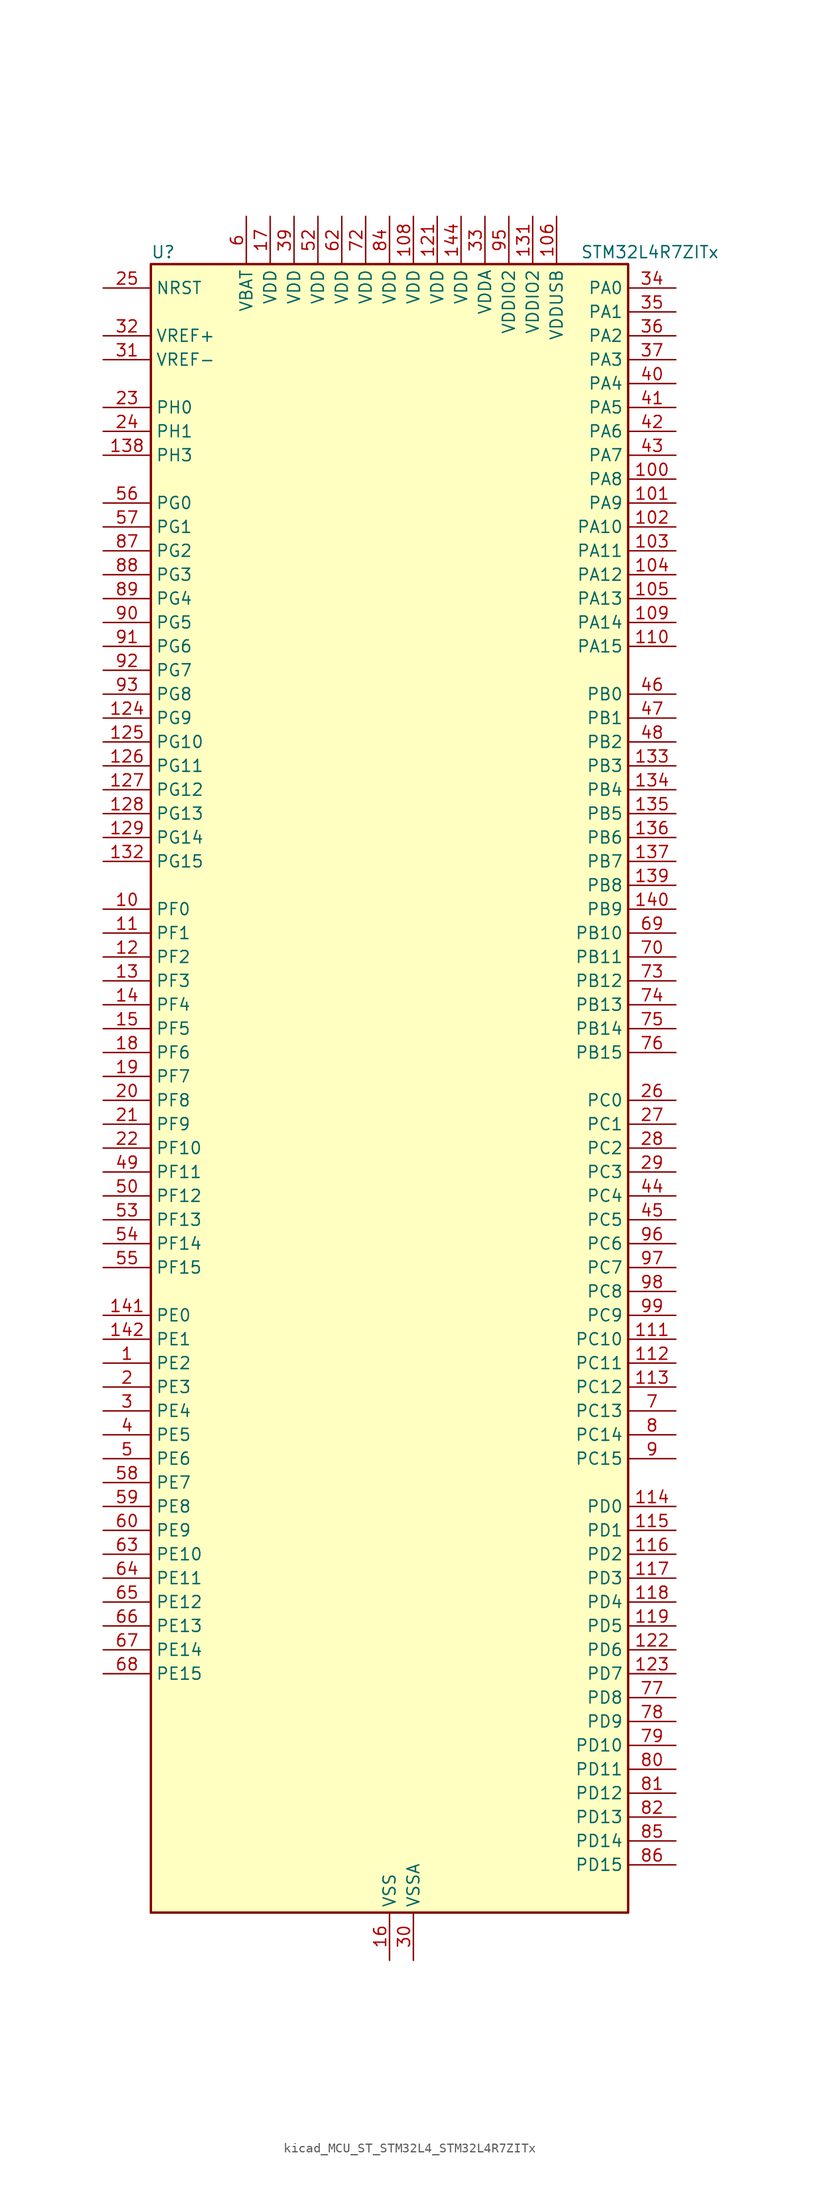
<source format=kicad_sym>
(kicad_symbol_lib
  (version 20220914)
  (generator kicad_symbol_editor)
  (symbol "kicad_MCU_ST_STM32L4_STM32L4R7ZITx"
    (property "Reference" "U"
      (at -25.4 90.17 0)
      (effects (font (size 1.27 1.27)) (justify left)))
    (property "Value" "STM32L4R7ZITx"
      (at 20.32 90.17 0)
      (effects (font (size 1.27 1.27)) (justify left)))
    (property "ki_locked" ""
      (at 0 0 0)
      (effects (font (size 1.27 1.27))))
    (symbol "kicad_MCU_ST_STM32L4_STM32L4R7ZITx_0_1"
      (rectangle (start -25.4 -86.36) (end 25.4 88.9) (stroke (width 0.254) (type default)) (fill (type background))))
    (symbol "kicad_MCU_ST_STM32L4_STM32L4R7ZITx_1_1"
      (pin bidirectional line (at -30.48 -27.94 0) (length 5.08) (name "PE2" (effects (font (size 1.27 1.27)))) (number "1" (effects (font (size 1.27 1.27)))) (alternate "FMC_A23" bidirectional line) (alternate "LTDC_R0" bidirectional line) (alternate "SAI1_CK1" bidirectional line) (alternate "SAI1_MCLK_A" bidirectional line) (alternate "SYS_TRACECLK" bidirectional line) (alternate "TIM3_ETR" bidirectional line) (alternate "TSC_G7_IO1" bidirectional line))
      (pin bidirectional line (at -30.48 20.32 0) (length 5.08) (name "PF0" (effects (font (size 1.27 1.27)))) (number "10" (effects (font (size 1.27 1.27)))) (alternate "FMC_A0" bidirectional line) (alternate "I2C2_SDA" bidirectional line) (alternate "OCTOSPIM_P2_IO0" bidirectional line))
      (pin bidirectional line (at 30.48 66.04 180) (length 5.08) (name "PA8" (effects (font (size 1.27 1.27)))) (number "100" (effects (font (size 1.27 1.27)))) (alternate "LPTIM2_OUT" bidirectional line) (alternate "RCC_MCO" bidirectional line) (alternate "SAI1_CK2" bidirectional line) (alternate "SAI1_SCK_A" bidirectional line) (alternate "TIM1_CH1" bidirectional line) (alternate "USART1_CK" bidirectional line) (alternate "USB_OTG_FS_SOF" bidirectional line))
      (pin bidirectional line (at 30.48 63.5 180) (length 5.08) (name "PA9" (effects (font (size 1.27 1.27)))) (number "101" (effects (font (size 1.27 1.27)))) (alternate "DAC1_EXTI9" bidirectional line) (alternate "DCMI_D0" bidirectional line) (alternate "SAI1_FS_A" bidirectional line) (alternate "SPI2_SCK" bidirectional line) (alternate "TIM15_BKIN" bidirectional line) (alternate "TIM1_CH2" bidirectional line) (alternate "USART1_TX" bidirectional line) (alternate "USB_OTG_FS_VBUS" bidirectional line))
      (pin bidirectional line (at 30.48 60.96 180) (length 5.08) (name "PA10" (effects (font (size 1.27 1.27)))) (number "102" (effects (font (size 1.27 1.27)))) (alternate "DCMI_D1" bidirectional line) (alternate "SAI1_D1" bidirectional line) (alternate "SAI1_SD_A" bidirectional line) (alternate "TIM17_BKIN" bidirectional line) (alternate "TIM1_CH3" bidirectional line) (alternate "USART1_RX" bidirectional line) (alternate "USB_OTG_FS_ID" bidirectional line))
      (pin bidirectional line (at 30.48 58.42 180) (length 5.08) (name "PA11" (effects (font (size 1.27 1.27)))) (number "103" (effects (font (size 1.27 1.27)))) (alternate "ADC1_EXTI11" bidirectional line) (alternate "CAN1_RX" bidirectional line) (alternate "SPI1_MISO" bidirectional line) (alternate "TIM1_BKIN2" bidirectional line) (alternate "TIM1_CH4" bidirectional line) (alternate "USART1_CTS" bidirectional line) (alternate "USART1_NSS" bidirectional line) (alternate "USB_OTG_FS_DM" bidirectional line))
      (pin bidirectional line (at 30.48 55.88 180) (length 5.08) (name "PA12" (effects (font (size 1.27 1.27)))) (number "104" (effects (font (size 1.27 1.27)))) (alternate "CAN1_TX" bidirectional line) (alternate "SPI1_MOSI" bidirectional line) (alternate "TIM1_ETR" bidirectional line) (alternate "USART1_DE" bidirectional line) (alternate "USART1_RTS" bidirectional line) (alternate "USB_OTG_FS_DP" bidirectional line))
      (pin bidirectional line (at 30.48 53.34 180) (length 5.08) (name "PA13" (effects (font (size 1.27 1.27)))) (number "105" (effects (font (size 1.27 1.27)))) (alternate "IR_OUT" bidirectional line) (alternate "SAI1_SD_B" bidirectional line) (alternate "SYS_JTMS-SWDIO" bidirectional line) (alternate "USB_OTG_FS_NOE" bidirectional line))
      (pin power_in line (at 17.78 93.98 270) (length 5.08) (name "VDDUSB" (effects (font (size 1.27 1.27)))) (number "106" (effects (font (size 1.27 1.27)))))
      (pin passive line (at 0 -91.44 90) (length 5.08) hide (name "VSS" (effects (font (size 1.27 1.27)))) (number "107" (effects (font (size 1.27 1.27)))))
      (pin power_in line (at 2.54 93.98 270) (length 5.08) (name "VDD" (effects (font (size 1.27 1.27)))) (number "108" (effects (font (size 1.27 1.27)))))
      (pin bidirectional line (at 30.48 50.8 180) (length 5.08) (name "PA14" (effects (font (size 1.27 1.27)))) (number "109" (effects (font (size 1.27 1.27)))) (alternate "I2C1_SMBA" bidirectional line) (alternate "I2C4_SMBA" bidirectional line) (alternate "LPTIM1_OUT" bidirectional line) (alternate "SAI1_FS_B" bidirectional line) (alternate "SYS_JTCK-SWCLK" bidirectional line) (alternate "USB_OTG_FS_SOF" bidirectional line))
      (pin bidirectional line (at -30.48 17.78 0) (length 5.08) (name "PF1" (effects (font (size 1.27 1.27)))) (number "11" (effects (font (size 1.27 1.27)))) (alternate "FMC_A1" bidirectional line) (alternate "I2C2_SCL" bidirectional line) (alternate "OCTOSPIM_P2_IO1" bidirectional line))
      (pin bidirectional line (at 30.48 48.26 180) (length 5.08) (name "PA15" (effects (font (size 1.27 1.27)))) (number "110" (effects (font (size 1.27 1.27)))) (alternate "ADC1_EXTI15" bidirectional line) (alternate "SAI2_FS_B" bidirectional line) (alternate "SPI1_NSS" bidirectional line) (alternate "SPI3_NSS" bidirectional line) (alternate "SYS_JTDI" bidirectional line) (alternate "TIM2_CH1" bidirectional line) (alternate "TIM2_ETR" bidirectional line) (alternate "TSC_G3_IO1" bidirectional line) (alternate "UART4_DE" bidirectional line) (alternate "UART4_RTS" bidirectional line) (alternate "USART2_RX" bidirectional line) (alternate "USART3_DE" bidirectional line) (alternate "USART3_RTS" bidirectional line))
      (pin bidirectional line (at 30.48 -25.4 180) (length 5.08) (name "PC10" (effects (font (size 1.27 1.27)))) (number "111" (effects (font (size 1.27 1.27)))) (alternate "DCMI_D8" bidirectional line) (alternate "SAI2_SCK_B" bidirectional line) (alternate "SDMMC1_D2" bidirectional line) (alternate "SPI3_SCK" bidirectional line) (alternate "SYS_TRACED1" bidirectional line) (alternate "TSC_G3_IO2" bidirectional line) (alternate "UART4_TX" bidirectional line) (alternate "USART3_TX" bidirectional line))
      (pin bidirectional line (at 30.48 -27.94 180) (length 5.08) (name "PC11" (effects (font (size 1.27 1.27)))) (number "112" (effects (font (size 1.27 1.27)))) (alternate "ADC1_EXTI11" bidirectional line) (alternate "DCMI_D2" bidirectional line) (alternate "DCMI_D4" bidirectional line) (alternate "OCTOSPIM_P1_NCS" bidirectional line) (alternate "SAI2_MCLK_B" bidirectional line) (alternate "SDMMC1_D3" bidirectional line) (alternate "SPI3_MISO" bidirectional line) (alternate "TSC_G3_IO3" bidirectional line) (alternate "UART4_RX" bidirectional line) (alternate "USART3_RX" bidirectional line))
      (pin bidirectional line (at 30.48 -30.48 180) (length 5.08) (name "PC12" (effects (font (size 1.27 1.27)))) (number "113" (effects (font (size 1.27 1.27)))) (alternate "DCMI_D9" bidirectional line) (alternate "SAI2_SD_B" bidirectional line) (alternate "SDMMC1_CK" bidirectional line) (alternate "SPI3_MOSI" bidirectional line) (alternate "SYS_TRACED3" bidirectional line) (alternate "TSC_G3_IO4" bidirectional line) (alternate "UART5_TX" bidirectional line) (alternate "USART3_CK" bidirectional line))
      (pin bidirectional line (at 30.48 -43.18 180) (length 5.08) (name "PD0" (effects (font (size 1.27 1.27)))) (number "114" (effects (font (size 1.27 1.27)))) (alternate "CAN1_RX" bidirectional line) (alternate "DFSDM1_DATIN7" bidirectional line) (alternate "FMC_D2" bidirectional line) (alternate "FMC_DA2" bidirectional line) (alternate "LTDC_B4" bidirectional line) (alternate "SPI2_NSS" bidirectional line))
      (pin bidirectional line (at 30.48 -45.72 180) (length 5.08) (name "PD1" (effects (font (size 1.27 1.27)))) (number "115" (effects (font (size 1.27 1.27)))) (alternate "CAN1_TX" bidirectional line) (alternate "DFSDM1_CKIN7" bidirectional line) (alternate "FMC_D3" bidirectional line) (alternate "FMC_DA3" bidirectional line) (alternate "LTDC_B5" bidirectional line) (alternate "SPI2_SCK" bidirectional line))
      (pin bidirectional line (at 30.48 -48.26 180) (length 5.08) (name "PD2" (effects (font (size 1.27 1.27)))) (number "116" (effects (font (size 1.27 1.27)))) (alternate "DCMI_D11" bidirectional line) (alternate "SDMMC1_CMD" bidirectional line) (alternate "SYS_TRACED2" bidirectional line) (alternate "TIM3_ETR" bidirectional line) (alternate "TSC_SYNC" bidirectional line) (alternate "UART5_RX" bidirectional line) (alternate "USART3_DE" bidirectional line) (alternate "USART3_RTS" bidirectional line))
      (pin bidirectional line (at 30.48 -50.8 180) (length 5.08) (name "PD3" (effects (font (size 1.27 1.27)))) (number "117" (effects (font (size 1.27 1.27)))) (alternate "DCMI_D5" bidirectional line) (alternate "DFSDM1_DATIN0" bidirectional line) (alternate "FMC_CLK" bidirectional line) (alternate "LTDC_CLK" bidirectional line) (alternate "OCTOSPIM_P2_NCS" bidirectional line) (alternate "SPI2_MISO" bidirectional line) (alternate "SPI2_SCK" bidirectional line) (alternate "USART2_CTS" bidirectional line) (alternate "USART2_NSS" bidirectional line))
      (pin bidirectional line (at 30.48 -53.34 180) (length 5.08) (name "PD4" (effects (font (size 1.27 1.27)))) (number "118" (effects (font (size 1.27 1.27)))) (alternate "DFSDM1_CKIN0" bidirectional line) (alternate "FMC_NOE" bidirectional line) (alternate "OCTOSPIM_P1_IO4" bidirectional line) (alternate "SPI2_MOSI" bidirectional line) (alternate "USART2_DE" bidirectional line) (alternate "USART2_RTS" bidirectional line))
      (pin bidirectional line (at 30.48 -55.88 180) (length 5.08) (name "PD5" (effects (font (size 1.27 1.27)))) (number "119" (effects (font (size 1.27 1.27)))) (alternate "FMC_NWE" bidirectional line) (alternate "OCTOSPIM_P1_IO5" bidirectional line) (alternate "USART2_TX" bidirectional line))
      (pin bidirectional line (at -30.48 15.24 0) (length 5.08) (name "PF2" (effects (font (size 1.27 1.27)))) (number "12" (effects (font (size 1.27 1.27)))) (alternate "FMC_A2" bidirectional line) (alternate "I2C2_SMBA" bidirectional line) (alternate "OCTOSPIM_P2_IO2" bidirectional line))
      (pin passive line (at 0 -91.44 90) (length 5.08) hide (name "VSS" (effects (font (size 1.27 1.27)))) (number "120" (effects (font (size 1.27 1.27)))))
      (pin power_in line (at 5.08 93.98 270) (length 5.08) (name "VDD" (effects (font (size 1.27 1.27)))) (number "121" (effects (font (size 1.27 1.27)))))
      (pin bidirectional line (at 30.48 -58.42 180) (length 5.08) (name "PD6" (effects (font (size 1.27 1.27)))) (number "122" (effects (font (size 1.27 1.27)))) (alternate "DCMI_D10" bidirectional line) (alternate "DFSDM1_DATIN1" bidirectional line) (alternate "FMC_NWAIT" bidirectional line) (alternate "LTDC_DE" bidirectional line) (alternate "OCTOSPIM_P1_IO6" bidirectional line) (alternate "SAI1_D1" bidirectional line) (alternate "SAI1_SD_A" bidirectional line) (alternate "SPI3_MOSI" bidirectional line) (alternate "USART2_RX" bidirectional line))
      (pin bidirectional line (at 30.48 -60.96 180) (length 5.08) (name "PD7" (effects (font (size 1.27 1.27)))) (number "123" (effects (font (size 1.27 1.27)))) (alternate "DFSDM1_CKIN1" bidirectional line) (alternate "FMC_NCE" bidirectional line) (alternate "FMC_NE1" bidirectional line) (alternate "OCTOSPIM_P1_IO7" bidirectional line) (alternate "USART2_CK" bidirectional line))
      (pin bidirectional line (at -30.48 40.64 0) (length 5.08) (name "PG9" (effects (font (size 1.27 1.27)))) (number "124" (effects (font (size 1.27 1.27)))) (alternate "DAC1_EXTI9" bidirectional line) (alternate "FMC_NCE" bidirectional line) (alternate "FMC_NE2" bidirectional line) (alternate "OCTOSPIM_P2_IO6" bidirectional line) (alternate "SAI2_SCK_A" bidirectional line) (alternate "SPI3_SCK" bidirectional line) (alternate "TIM15_CH1N" bidirectional line) (alternate "USART1_TX" bidirectional line))
      (pin bidirectional line (at -30.48 38.1 0) (length 5.08) (name "PG10" (effects (font (size 1.27 1.27)))) (number "125" (effects (font (size 1.27 1.27)))) (alternate "FMC_NE3" bidirectional line) (alternate "LPTIM1_IN1" bidirectional line) (alternate "OCTOSPIM_P2_IO7" bidirectional line) (alternate "SAI2_FS_A" bidirectional line) (alternate "SPI3_MISO" bidirectional line) (alternate "TIM15_CH1" bidirectional line) (alternate "USART1_RX" bidirectional line))
      (pin bidirectional line (at -30.48 35.56 0) (length 5.08) (name "PG11" (effects (font (size 1.27 1.27)))) (number "126" (effects (font (size 1.27 1.27)))) (alternate "ADC1_EXTI11" bidirectional line) (alternate "LPTIM1_IN2" bidirectional line) (alternate "OCTOSPIM_P1_IO5" bidirectional line) (alternate "SAI2_MCLK_A" bidirectional line) (alternate "SPI3_MOSI" bidirectional line) (alternate "TIM15_CH2" bidirectional line) (alternate "USART1_CTS" bidirectional line) (alternate "USART1_NSS" bidirectional line))
      (pin bidirectional line (at -30.48 33.02 0) (length 5.08) (name "PG12" (effects (font (size 1.27 1.27)))) (number "127" (effects (font (size 1.27 1.27)))) (alternate "FMC_NE4" bidirectional line) (alternate "LPTIM1_ETR" bidirectional line) (alternate "OCTOSPIM_P2_NCS" bidirectional line) (alternate "SAI2_SD_A" bidirectional line) (alternate "SPI3_NSS" bidirectional line) (alternate "USART1_DE" bidirectional line) (alternate "USART1_RTS" bidirectional line))
      (pin bidirectional line (at -30.48 30.48 0) (length 5.08) (name "PG13" (effects (font (size 1.27 1.27)))) (number "128" (effects (font (size 1.27 1.27)))) (alternate "FMC_A24" bidirectional line) (alternate "I2C1_SDA" bidirectional line) (alternate "LTDC_R0" bidirectional line) (alternate "USART1_CK" bidirectional line))
      (pin bidirectional line (at -30.48 27.94 0) (length 5.08) (name "PG14" (effects (font (size 1.27 1.27)))) (number "129" (effects (font (size 1.27 1.27)))) (alternate "FMC_A25" bidirectional line) (alternate "I2C1_SCL" bidirectional line) (alternate "LTDC_R1" bidirectional line))
      (pin bidirectional line (at -30.48 12.7 0) (length 5.08) (name "PF3" (effects (font (size 1.27 1.27)))) (number "13" (effects (font (size 1.27 1.27)))) (alternate "FMC_A3" bidirectional line) (alternate "OCTOSPIM_P2_IO3" bidirectional line))
      (pin passive line (at 0 -91.44 90) (length 5.08) hide (name "VSS" (effects (font (size 1.27 1.27)))) (number "130" (effects (font (size 1.27 1.27)))))
      (pin power_in line (at 15.24 93.98 270) (length 5.08) (name "VDDIO2" (effects (font (size 1.27 1.27)))) (number "131" (effects (font (size 1.27 1.27)))))
      (pin bidirectional line (at -30.48 25.4 0) (length 5.08) (name "PG15" (effects (font (size 1.27 1.27)))) (number "132" (effects (font (size 1.27 1.27)))) (alternate "ADC1_EXTI15" bidirectional line) (alternate "DCMI_D13" bidirectional line) (alternate "I2C1_SMBA" bidirectional line) (alternate "LPTIM1_OUT" bidirectional line) (alternate "OCTOSPIM_P2_DQS" bidirectional line))
      (pin bidirectional line (at 30.48 35.56 180) (length 5.08) (name "PB3" (effects (font (size 1.27 1.27)))) (number "133" (effects (font (size 1.27 1.27)))) (alternate "COMP2_INM" bidirectional line) (alternate "CRS_SYNC" bidirectional line) (alternate "SAI1_SCK_B" bidirectional line) (alternate "SPI1_SCK" bidirectional line) (alternate "SPI3_SCK" bidirectional line) (alternate "SYS_JTDO-SWO" bidirectional line) (alternate "TIM2_CH2" bidirectional line) (alternate "USART1_DE" bidirectional line) (alternate "USART1_RTS" bidirectional line))
      (pin bidirectional line (at 30.48 33.02 180) (length 5.08) (name "PB4" (effects (font (size 1.27 1.27)))) (number "134" (effects (font (size 1.27 1.27)))) (alternate "COMP2_INP" bidirectional line) (alternate "DCMI_D12" bidirectional line) (alternate "I2C3_SDA" bidirectional line) (alternate "SAI1_MCLK_B" bidirectional line) (alternate "SPI1_MISO" bidirectional line) (alternate "SPI3_MISO" bidirectional line) (alternate "SYS_JTRST" bidirectional line) (alternate "TIM17_BKIN" bidirectional line) (alternate "TIM3_CH1" bidirectional line) (alternate "TSC_G2_IO1" bidirectional line) (alternate "UART5_DE" bidirectional line) (alternate "UART5_RTS" bidirectional line) (alternate "USART1_CTS" bidirectional line) (alternate "USART1_NSS" bidirectional line))
      (pin bidirectional line (at 30.48 30.48 180) (length 5.08) (name "PB5" (effects (font (size 1.27 1.27)))) (number "135" (effects (font (size 1.27 1.27)))) (alternate "COMP2_OUT" bidirectional line) (alternate "DCMI_D10" bidirectional line) (alternate "I2C1_SMBA" bidirectional line) (alternate "LPTIM1_IN1" bidirectional line) (alternate "SAI1_SD_B" bidirectional line) (alternate "SPI1_MOSI" bidirectional line) (alternate "SPI3_MOSI" bidirectional line) (alternate "TIM16_BKIN" bidirectional line) (alternate "TIM3_CH2" bidirectional line) (alternate "TSC_G2_IO2" bidirectional line) (alternate "UART5_CTS" bidirectional line) (alternate "USART1_CK" bidirectional line))
      (pin bidirectional line (at 30.48 27.94 180) (length 5.08) (name "PB6" (effects (font (size 1.27 1.27)))) (number "136" (effects (font (size 1.27 1.27)))) (alternate "COMP2_INP" bidirectional line) (alternate "DCMI_D5" bidirectional line) (alternate "DFSDM1_DATIN5" bidirectional line) (alternate "I2C1_SCL" bidirectional line) (alternate "I2C4_SCL" bidirectional line) (alternate "LPTIM1_ETR" bidirectional line) (alternate "SAI1_FS_B" bidirectional line) (alternate "TIM16_CH1N" bidirectional line) (alternate "TIM4_CH1" bidirectional line) (alternate "TIM8_BKIN2" bidirectional line) (alternate "TSC_G2_IO3" bidirectional line) (alternate "USART1_TX" bidirectional line))
      (pin bidirectional line (at 30.48 25.4 180) (length 5.08) (name "PB7" (effects (font (size 1.27 1.27)))) (number "137" (effects (font (size 1.27 1.27)))) (alternate "COMP2_INM" bidirectional line) (alternate "DCMI_VSYNC" bidirectional line) (alternate "DFSDM1_CKIN5" bidirectional line) (alternate "FMC_NL" bidirectional line) (alternate "I2C1_SDA" bidirectional line) (alternate "I2C4_SDA" bidirectional line) (alternate "LPTIM1_IN2" bidirectional line) (alternate "SYS_PVD_IN" bidirectional line) (alternate "TIM17_CH1N" bidirectional line) (alternate "TIM4_CH2" bidirectional line) (alternate "TIM8_BKIN" bidirectional line) (alternate "TSC_G2_IO4" bidirectional line) (alternate "UART4_CTS" bidirectional line) (alternate "USART1_RX" bidirectional line))
      (pin bidirectional line (at -30.48 68.58 0) (length 5.08) (name "PH3" (effects (font (size 1.27 1.27)))) (number "138" (effects (font (size 1.27 1.27)))))
      (pin bidirectional line (at 30.48 22.86 180) (length 5.08) (name "PB8" (effects (font (size 1.27 1.27)))) (number "139" (effects (font (size 1.27 1.27)))) (alternate "CAN1_RX" bidirectional line) (alternate "DCMI_D6" bidirectional line) (alternate "DFSDM1_CKOUT" bidirectional line) (alternate "DFSDM1_DATIN6" bidirectional line) (alternate "I2C1_SCL" bidirectional line) (alternate "LTDC_B1" bidirectional line) (alternate "SAI1_CK1" bidirectional line) (alternate "SAI1_MCLK_A" bidirectional line) (alternate "SDMMC1_CKIN" bidirectional line) (alternate "SDMMC1_D4" bidirectional line) (alternate "TIM16_CH1" bidirectional line) (alternate "TIM4_CH3" bidirectional line))
      (pin bidirectional line (at -30.48 10.16 0) (length 5.08) (name "PF4" (effects (font (size 1.27 1.27)))) (number "14" (effects (font (size 1.27 1.27)))) (alternate "FMC_A4" bidirectional line) (alternate "OCTOSPIM_P2_CLK" bidirectional line))
      (pin bidirectional line (at 30.48 20.32 180) (length 5.08) (name "PB9" (effects (font (size 1.27 1.27)))) (number "140" (effects (font (size 1.27 1.27)))) (alternate "CAN1_TX" bidirectional line) (alternate "DAC1_EXTI9" bidirectional line) (alternate "DCMI_D7" bidirectional line) (alternate "DFSDM1_CKIN6" bidirectional line) (alternate "I2C1_SDA" bidirectional line) (alternate "IR_OUT" bidirectional line) (alternate "SAI1_D2" bidirectional line) (alternate "SAI1_FS_A" bidirectional line) (alternate "SDMMC1_CDIR" bidirectional line) (alternate "SDMMC1_D5" bidirectional line) (alternate "SPI2_NSS" bidirectional line) (alternate "TIM17_CH1" bidirectional line) (alternate "TIM4_CH4" bidirectional line))
      (pin bidirectional line (at -30.48 -22.86 0) (length 5.08) (name "PE0" (effects (font (size 1.27 1.27)))) (number "141" (effects (font (size 1.27 1.27)))) (alternate "DCMI_D2" bidirectional line) (alternate "FMC_NBL0" bidirectional line) (alternate "LTDC_HSYNC" bidirectional line) (alternate "TIM16_CH1" bidirectional line) (alternate "TIM4_ETR" bidirectional line))
      (pin bidirectional line (at -30.48 -25.4 0) (length 5.08) (name "PE1" (effects (font (size 1.27 1.27)))) (number "142" (effects (font (size 1.27 1.27)))) (alternate "DCMI_D3" bidirectional line) (alternate "FMC_NBL1" bidirectional line) (alternate "LTDC_VSYNC" bidirectional line) (alternate "TIM17_CH1" bidirectional line))
      (pin passive line (at 0 -91.44 90) (length 5.08) hide (name "VSS" (effects (font (size 1.27 1.27)))) (number "143" (effects (font (size 1.27 1.27)))))
      (pin power_in line (at 7.62 93.98 270) (length 5.08) (name "VDD" (effects (font (size 1.27 1.27)))) (number "144" (effects (font (size 1.27 1.27)))))
      (pin bidirectional line (at -30.48 7.62 0) (length 5.08) (name "PF5" (effects (font (size 1.27 1.27)))) (number "15" (effects (font (size 1.27 1.27)))) (alternate "FMC_A5" bidirectional line))
      (pin power_in line (at 0 -91.44 90) (length 5.08) (name "VSS" (effects (font (size 1.27 1.27)))) (number "16" (effects (font (size 1.27 1.27)))))
      (pin power_in line (at -12.7 93.98 270) (length 5.08) (name "VDD" (effects (font (size 1.27 1.27)))) (number "17" (effects (font (size 1.27 1.27)))))
      (pin bidirectional line (at -30.48 5.08 0) (length 5.08) (name "PF6" (effects (font (size 1.27 1.27)))) (number "18" (effects (font (size 1.27 1.27)))) (alternate "OCTOSPIM_P1_IO3" bidirectional line) (alternate "SAI1_SD_B" bidirectional line) (alternate "TIM5_CH1" bidirectional line) (alternate "TIM5_ETR" bidirectional line))
      (pin bidirectional line (at -30.48 2.54 0) (length 5.08) (name "PF7" (effects (font (size 1.27 1.27)))) (number "19" (effects (font (size 1.27 1.27)))) (alternate "OCTOSPIM_P1_IO2" bidirectional line) (alternate "SAI1_MCLK_B" bidirectional line) (alternate "TIM5_CH2" bidirectional line))
      (pin bidirectional line (at -30.48 -30.48 0) (length 5.08) (name "PE3" (effects (font (size 1.27 1.27)))) (number "2" (effects (font (size 1.27 1.27)))) (alternate "FMC_A19" bidirectional line) (alternate "LTDC_R1" bidirectional line) (alternate "OCTOSPIM_P1_DQS" bidirectional line) (alternate "SAI1_SD_B" bidirectional line) (alternate "SYS_TRACED0" bidirectional line) (alternate "TIM3_CH1" bidirectional line) (alternate "TSC_G7_IO2" bidirectional line))
      (pin bidirectional line (at -30.48 0 0) (length 5.08) (name "PF8" (effects (font (size 1.27 1.27)))) (number "20" (effects (font (size 1.27 1.27)))) (alternate "OCTOSPIM_P1_IO0" bidirectional line) (alternate "SAI1_SCK_B" bidirectional line) (alternate "TIM5_CH3" bidirectional line))
      (pin bidirectional line (at -30.48 -2.54 0) (length 5.08) (name "PF9" (effects (font (size 1.27 1.27)))) (number "21" (effects (font (size 1.27 1.27)))) (alternate "DAC1_EXTI9" bidirectional line) (alternate "OCTOSPIM_P1_IO1" bidirectional line) (alternate "SAI1_FS_B" bidirectional line) (alternate "TIM15_CH1" bidirectional line) (alternate "TIM5_CH4" bidirectional line))
      (pin bidirectional line (at -30.48 -5.08 0) (length 5.08) (name "PF10" (effects (font (size 1.27 1.27)))) (number "22" (effects (font (size 1.27 1.27)))) (alternate "DCMI_D11" bidirectional line) (alternate "DFSDM1_CKOUT" bidirectional line) (alternate "OCTOSPIM_P1_CLK" bidirectional line) (alternate "SAI1_D3" bidirectional line) (alternate "TIM15_CH2" bidirectional line))
      (pin bidirectional line (at -30.48 73.66 0) (length 5.08) (name "PH0" (effects (font (size 1.27 1.27)))) (number "23" (effects (font (size 1.27 1.27)))) (alternate "RCC_OSC_IN" bidirectional line))
      (pin bidirectional line (at -30.48 71.12 0) (length 5.08) (name "PH1" (effects (font (size 1.27 1.27)))) (number "24" (effects (font (size 1.27 1.27)))) (alternate "RCC_OSC_OUT" bidirectional line))
      (pin input line (at -30.48 86.36 0) (length 5.08) (name "NRST" (effects (font (size 1.27 1.27)))) (number "25" (effects (font (size 1.27 1.27)))))
      (pin bidirectional line (at 30.48 0 180) (length 5.08) (name "PC0" (effects (font (size 1.27 1.27)))) (number "26" (effects (font (size 1.27 1.27)))) (alternate "ADC1_IN1" bidirectional line) (alternate "DFSDM1_DATIN4" bidirectional line) (alternate "I2C3_SCL" bidirectional line) (alternate "LPTIM1_IN1" bidirectional line) (alternate "LPTIM2_IN1" bidirectional line) (alternate "LPUART1_RX" bidirectional line) (alternate "SAI2_FS_A" bidirectional line))
      (pin bidirectional line (at 30.48 -2.54 180) (length 5.08) (name "PC1" (effects (font (size 1.27 1.27)))) (number "27" (effects (font (size 1.27 1.27)))) (alternate "ADC1_IN2" bidirectional line) (alternate "DFSDM1_CKIN4" bidirectional line) (alternate "I2C3_SDA" bidirectional line) (alternate "LPTIM1_OUT" bidirectional line) (alternate "LPUART1_TX" bidirectional line) (alternate "OCTOSPIM_P1_IO4" bidirectional line) (alternate "SAI1_SD_A" bidirectional line) (alternate "SPI2_MOSI" bidirectional line) (alternate "SYS_TRACED0" bidirectional line))
      (pin bidirectional line (at 30.48 -5.08 180) (length 5.08) (name "PC2" (effects (font (size 1.27 1.27)))) (number "28" (effects (font (size 1.27 1.27)))) (alternate "ADC1_IN3" bidirectional line) (alternate "DFSDM1_CKOUT" bidirectional line) (alternate "LPTIM1_IN2" bidirectional line) (alternate "OCTOSPIM_P1_IO5" bidirectional line) (alternate "SPI2_MISO" bidirectional line))
      (pin bidirectional line (at 30.48 -7.62 180) (length 5.08) (name "PC3" (effects (font (size 1.27 1.27)))) (number "29" (effects (font (size 1.27 1.27)))) (alternate "ADC1_IN4" bidirectional line) (alternate "LPTIM1_ETR" bidirectional line) (alternate "LPTIM2_ETR" bidirectional line) (alternate "OCTOSPIM_P1_IO6" bidirectional line) (alternate "SAI1_D1" bidirectional line) (alternate "SAI1_SD_A" bidirectional line) (alternate "SPI2_MOSI" bidirectional line))
      (pin bidirectional line (at -30.48 -33.02 0) (length 5.08) (name "PE4" (effects (font (size 1.27 1.27)))) (number "3" (effects (font (size 1.27 1.27)))) (alternate "DCMI_D4" bidirectional line) (alternate "DFSDM1_DATIN3" bidirectional line) (alternate "FMC_A20" bidirectional line) (alternate "LTDC_B0" bidirectional line) (alternate "SAI1_D2" bidirectional line) (alternate "SAI1_FS_A" bidirectional line) (alternate "SYS_TRACED1" bidirectional line) (alternate "TIM3_CH2" bidirectional line) (alternate "TSC_G7_IO3" bidirectional line))
      (pin power_in line (at 2.54 -91.44 90) (length 5.08) (name "VSSA" (effects (font (size 1.27 1.27)))) (number "30" (effects (font (size 1.27 1.27)))))
      (pin input line (at -30.48 78.74 0) (length 5.08) (name "VREF-" (effects (font (size 1.27 1.27)))) (number "31" (effects (font (size 1.27 1.27)))))
      (pin input line (at -30.48 81.28 0) (length 5.08) (name "VREF+" (effects (font (size 1.27 1.27)))) (number "32" (effects (font (size 1.27 1.27)))) (alternate "VREFBUF_OUT" bidirectional line))
      (pin power_in line (at 10.16 93.98 270) (length 5.08) (name "VDDA" (effects (font (size 1.27 1.27)))) (number "33" (effects (font (size 1.27 1.27)))))
      (pin bidirectional line (at 30.48 86.36 180) (length 5.08) (name "PA0" (effects (font (size 1.27 1.27)))) (number "34" (effects (font (size 1.27 1.27)))) (alternate "ADC1_IN5" bidirectional line) (alternate "OPAMP1_VINP" bidirectional line) (alternate "RTC_TAMP2" bidirectional line) (alternate "SAI1_EXTCLK" bidirectional line) (alternate "SYS_WKUP1" bidirectional line) (alternate "TIM2_CH1" bidirectional line) (alternate "TIM2_ETR" bidirectional line) (alternate "TIM5_CH1" bidirectional line) (alternate "TIM8_ETR" bidirectional line) (alternate "UART4_TX" bidirectional line) (alternate "USART2_CTS" bidirectional line) (alternate "USART2_NSS" bidirectional line))
      (pin bidirectional line (at 30.48 83.82 180) (length 5.08) (name "PA1" (effects (font (size 1.27 1.27)))) (number "35" (effects (font (size 1.27 1.27)))) (alternate "ADC1_IN6" bidirectional line) (alternate "I2C1_SMBA" bidirectional line) (alternate "OCTOSPIM_P1_DQS" bidirectional line) (alternate "OPAMP1_VINM" bidirectional line) (alternate "SPI1_SCK" bidirectional line) (alternate "TIM15_CH1N" bidirectional line) (alternate "TIM2_CH2" bidirectional line) (alternate "TIM5_CH2" bidirectional line) (alternate "UART4_RX" bidirectional line) (alternate "USART2_DE" bidirectional line) (alternate "USART2_RTS" bidirectional line))
      (pin bidirectional line (at 30.48 81.28 180) (length 5.08) (name "PA2" (effects (font (size 1.27 1.27)))) (number "36" (effects (font (size 1.27 1.27)))) (alternate "ADC1_IN7" bidirectional line) (alternate "LPUART1_TX" bidirectional line) (alternate "OCTOSPIM_P1_NCS" bidirectional line) (alternate "RCC_LSCO" bidirectional line) (alternate "SAI2_EXTCLK" bidirectional line) (alternate "SYS_WKUP4" bidirectional line) (alternate "TIM15_CH1" bidirectional line) (alternate "TIM2_CH3" bidirectional line) (alternate "TIM5_CH3" bidirectional line) (alternate "USART2_TX" bidirectional line))
      (pin bidirectional line (at 30.48 78.74 180) (length 5.08) (name "PA3" (effects (font (size 1.27 1.27)))) (number "37" (effects (font (size 1.27 1.27)))) (alternate "ADC1_IN8" bidirectional line) (alternate "LPUART1_RX" bidirectional line) (alternate "OCTOSPIM_P1_CLK" bidirectional line) (alternate "OPAMP1_VOUT" bidirectional line) (alternate "SAI1_CK1" bidirectional line) (alternate "SAI1_MCLK_A" bidirectional line) (alternate "TIM15_CH2" bidirectional line) (alternate "TIM2_CH4" bidirectional line) (alternate "TIM5_CH4" bidirectional line) (alternate "USART2_RX" bidirectional line))
      (pin passive line (at 0 -91.44 90) (length 5.08) hide (name "VSS" (effects (font (size 1.27 1.27)))) (number "38" (effects (font (size 1.27 1.27)))))
      (pin power_in line (at -10.16 93.98 270) (length 5.08) (name "VDD" (effects (font (size 1.27 1.27)))) (number "39" (effects (font (size 1.27 1.27)))))
      (pin bidirectional line (at -30.48 -35.56 0) (length 5.08) (name "PE5" (effects (font (size 1.27 1.27)))) (number "4" (effects (font (size 1.27 1.27)))) (alternate "DCMI_D6" bidirectional line) (alternate "DFSDM1_CKIN3" bidirectional line) (alternate "FMC_A21" bidirectional line) (alternate "LTDC_G0" bidirectional line) (alternate "SAI1_CK2" bidirectional line) (alternate "SAI1_SCK_A" bidirectional line) (alternate "SYS_TRACED2" bidirectional line) (alternate "TIM3_CH3" bidirectional line) (alternate "TSC_G7_IO4" bidirectional line))
      (pin bidirectional line (at 30.48 76.2 180) (length 5.08) (name "PA4" (effects (font (size 1.27 1.27)))) (number "40" (effects (font (size 1.27 1.27)))) (alternate "ADC1_IN9" bidirectional line) (alternate "DAC1_OUT1" bidirectional line) (alternate "DCMI_HSYNC" bidirectional line) (alternate "LPTIM2_OUT" bidirectional line) (alternate "OCTOSPIM_P1_NCS" bidirectional line) (alternate "SAI1_FS_B" bidirectional line) (alternate "SPI1_NSS" bidirectional line) (alternate "SPI3_NSS" bidirectional line) (alternate "USART2_CK" bidirectional line))
      (pin bidirectional line (at 30.48 73.66 180) (length 5.08) (name "PA5" (effects (font (size 1.27 1.27)))) (number "41" (effects (font (size 1.27 1.27)))) (alternate "ADC1_IN10" bidirectional line) (alternate "DAC1_OUT2" bidirectional line) (alternate "LPTIM2_ETR" bidirectional line) (alternate "SPI1_SCK" bidirectional line) (alternate "TIM2_CH1" bidirectional line) (alternate "TIM2_ETR" bidirectional line) (alternate "TIM8_CH1N" bidirectional line))
      (pin bidirectional line (at 30.48 71.12 180) (length 5.08) (name "PA6" (effects (font (size 1.27 1.27)))) (number "42" (effects (font (size 1.27 1.27)))) (alternate "ADC1_IN11" bidirectional line) (alternate "DCMI_PIXCLK" bidirectional line) (alternate "LPUART1_CTS" bidirectional line) (alternate "OCTOSPIM_P1_IO3" bidirectional line) (alternate "OPAMP2_VINP" bidirectional line) (alternate "SPI1_MISO" bidirectional line) (alternate "TIM16_CH1" bidirectional line) (alternate "TIM1_BKIN" bidirectional line) (alternate "TIM3_CH1" bidirectional line) (alternate "TIM8_BKIN" bidirectional line) (alternate "USART3_CTS" bidirectional line) (alternate "USART3_NSS" bidirectional line))
      (pin bidirectional line (at 30.48 68.58 180) (length 5.08) (name "PA7" (effects (font (size 1.27 1.27)))) (number "43" (effects (font (size 1.27 1.27)))) (alternate "ADC1_IN12" bidirectional line) (alternate "I2C3_SCL" bidirectional line) (alternate "OCTOSPIM_P1_IO2" bidirectional line) (alternate "OPAMP2_VINM" bidirectional line) (alternate "SPI1_MOSI" bidirectional line) (alternate "TIM17_CH1" bidirectional line) (alternate "TIM1_CH1N" bidirectional line) (alternate "TIM3_CH2" bidirectional line) (alternate "TIM8_CH1N" bidirectional line))
      (pin bidirectional line (at 30.48 -10.16 180) (length 5.08) (name "PC4" (effects (font (size 1.27 1.27)))) (number "44" (effects (font (size 1.27 1.27)))) (alternate "ADC1_IN13" bidirectional line) (alternate "COMP1_INM" bidirectional line) (alternate "OCTOSPIM_P1_IO7" bidirectional line) (alternate "USART3_TX" bidirectional line))
      (pin bidirectional line (at 30.48 -12.7 180) (length 5.08) (name "PC5" (effects (font (size 1.27 1.27)))) (number "45" (effects (font (size 1.27 1.27)))) (alternate "ADC1_IN14" bidirectional line) (alternate "COMP1_INP" bidirectional line) (alternate "SAI1_D3" bidirectional line) (alternate "SYS_WKUP5" bidirectional line) (alternate "USART3_RX" bidirectional line))
      (pin bidirectional line (at 30.48 43.18 180) (length 5.08) (name "PB0" (effects (font (size 1.27 1.27)))) (number "46" (effects (font (size 1.27 1.27)))) (alternate "ADC1_IN15" bidirectional line) (alternate "COMP1_OUT" bidirectional line) (alternate "OCTOSPIM_P1_IO1" bidirectional line) (alternate "OPAMP2_VOUT" bidirectional line) (alternate "SAI1_EXTCLK" bidirectional line) (alternate "SPI1_NSS" bidirectional line) (alternate "TIM1_CH2N" bidirectional line) (alternate "TIM3_CH3" bidirectional line) (alternate "TIM8_CH2N" bidirectional line) (alternate "USART3_CK" bidirectional line))
      (pin bidirectional line (at 30.48 40.64 180) (length 5.08) (name "PB1" (effects (font (size 1.27 1.27)))) (number "47" (effects (font (size 1.27 1.27)))) (alternate "ADC1_IN16" bidirectional line) (alternate "COMP1_INM" bidirectional line) (alternate "DFSDM1_DATIN0" bidirectional line) (alternate "LPTIM2_IN1" bidirectional line) (alternate "LPUART1_DE" bidirectional line) (alternate "LPUART1_RTS" bidirectional line) (alternate "OCTOSPIM_P1_IO0" bidirectional line) (alternate "TIM1_CH3N" bidirectional line) (alternate "TIM3_CH4" bidirectional line) (alternate "TIM8_CH3N" bidirectional line) (alternate "USART3_DE" bidirectional line) (alternate "USART3_RTS" bidirectional line))
      (pin bidirectional line (at 30.48 38.1 180) (length 5.08) (name "PB2" (effects (font (size 1.27 1.27)))) (number "48" (effects (font (size 1.27 1.27)))) (alternate "COMP1_INP" bidirectional line) (alternate "DFSDM1_CKIN0" bidirectional line) (alternate "I2C3_SMBA" bidirectional line) (alternate "LPTIM1_OUT" bidirectional line) (alternate "LTDC_B1" bidirectional line) (alternate "OCTOSPIM_P1_DQS" bidirectional line) (alternate "RTC_OUT_ALARM" bidirectional line) (alternate "RTC_OUT_CALIB" bidirectional line))
      (pin bidirectional line (at -30.48 -7.62 0) (length 5.08) (name "PF11" (effects (font (size 1.27 1.27)))) (number "49" (effects (font (size 1.27 1.27)))) (alternate "ADC1_EXTI11" bidirectional line) (alternate "DCMI_D12" bidirectional line) (alternate "LTDC_DE" bidirectional line))
      (pin bidirectional line (at -30.48 -38.1 0) (length 5.08) (name "PE6" (effects (font (size 1.27 1.27)))) (number "5" (effects (font (size 1.27 1.27)))) (alternate "DCMI_D7" bidirectional line) (alternate "FMC_A22" bidirectional line) (alternate "LTDC_G1" bidirectional line) (alternate "RTC_TAMP3" bidirectional line) (alternate "SAI1_D1" bidirectional line) (alternate "SAI1_SD_A" bidirectional line) (alternate "SYS_TRACED3" bidirectional line) (alternate "SYS_WKUP3" bidirectional line) (alternate "TIM3_CH4" bidirectional line))
      (pin bidirectional line (at -30.48 -10.16 0) (length 5.08) (name "PF12" (effects (font (size 1.27 1.27)))) (number "50" (effects (font (size 1.27 1.27)))) (alternate "FMC_A6" bidirectional line) (alternate "LTDC_B0" bidirectional line) (alternate "OCTOSPIM_P2_DQS" bidirectional line))
      (pin passive line (at 0 -91.44 90) (length 5.08) hide (name "VSS" (effects (font (size 1.27 1.27)))) (number "51" (effects (font (size 1.27 1.27)))))
      (pin power_in line (at -7.62 93.98 270) (length 5.08) (name "VDD" (effects (font (size 1.27 1.27)))) (number "52" (effects (font (size 1.27 1.27)))))
      (pin bidirectional line (at -30.48 -12.7 0) (length 5.08) (name "PF13" (effects (font (size 1.27 1.27)))) (number "53" (effects (font (size 1.27 1.27)))) (alternate "DFSDM1_DATIN6" bidirectional line) (alternate "FMC_A7" bidirectional line) (alternate "I2C4_SMBA" bidirectional line) (alternate "LTDC_B1" bidirectional line))
      (pin bidirectional line (at -30.48 -15.24 0) (length 5.08) (name "PF14" (effects (font (size 1.27 1.27)))) (number "54" (effects (font (size 1.27 1.27)))) (alternate "DFSDM1_CKIN6" bidirectional line) (alternate "FMC_A8" bidirectional line) (alternate "I2C4_SCL" bidirectional line) (alternate "LTDC_G0" bidirectional line) (alternate "TSC_G8_IO1" bidirectional line))
      (pin bidirectional line (at -30.48 -17.78 0) (length 5.08) (name "PF15" (effects (font (size 1.27 1.27)))) (number "55" (effects (font (size 1.27 1.27)))) (alternate "ADC1_EXTI15" bidirectional line) (alternate "FMC_A9" bidirectional line) (alternate "I2C4_SDA" bidirectional line) (alternate "LTDC_G1" bidirectional line) (alternate "TSC_G8_IO2" bidirectional line))
      (pin bidirectional line (at -30.48 63.5 0) (length 5.08) (name "PG0" (effects (font (size 1.27 1.27)))) (number "56" (effects (font (size 1.27 1.27)))) (alternate "FMC_A10" bidirectional line) (alternate "OCTOSPIM_P2_IO4" bidirectional line) (alternate "TSC_G8_IO3" bidirectional line))
      (pin bidirectional line (at -30.48 60.96 0) (length 5.08) (name "PG1" (effects (font (size 1.27 1.27)))) (number "57" (effects (font (size 1.27 1.27)))) (alternate "FMC_A11" bidirectional line) (alternate "OCTOSPIM_P2_IO5" bidirectional line) (alternate "TSC_G8_IO4" bidirectional line))
      (pin bidirectional line (at -30.48 -40.64 0) (length 5.08) (name "PE7" (effects (font (size 1.27 1.27)))) (number "58" (effects (font (size 1.27 1.27)))) (alternate "DFSDM1_DATIN2" bidirectional line) (alternate "FMC_D4" bidirectional line) (alternate "FMC_DA4" bidirectional line) (alternate "LTDC_B6" bidirectional line) (alternate "SAI1_SD_B" bidirectional line) (alternate "TIM1_ETR" bidirectional line))
      (pin bidirectional line (at -30.48 -43.18 0) (length 5.08) (name "PE8" (effects (font (size 1.27 1.27)))) (number "59" (effects (font (size 1.27 1.27)))) (alternate "DFSDM1_CKIN2" bidirectional line) (alternate "FMC_D5" bidirectional line) (alternate "FMC_DA5" bidirectional line) (alternate "LTDC_B7" bidirectional line) (alternate "SAI1_SCK_B" bidirectional line) (alternate "TIM1_CH1N" bidirectional line))
      (pin power_in line (at -15.24 93.98 270) (length 5.08) (name "VBAT" (effects (font (size 1.27 1.27)))) (number "6" (effects (font (size 1.27 1.27)))))
      (pin bidirectional line (at -30.48 -45.72 0) (length 5.08) (name "PE9" (effects (font (size 1.27 1.27)))) (number "60" (effects (font (size 1.27 1.27)))) (alternate "DAC1_EXTI9" bidirectional line) (alternate "DFSDM1_CKOUT" bidirectional line) (alternate "FMC_D6" bidirectional line) (alternate "FMC_DA6" bidirectional line) (alternate "LTDC_G2" bidirectional line) (alternate "SAI1_FS_B" bidirectional line) (alternate "TIM1_CH1" bidirectional line))
      (pin passive line (at 0 -91.44 90) (length 5.08) hide (name "VSS" (effects (font (size 1.27 1.27)))) (number "61" (effects (font (size 1.27 1.27)))))
      (pin power_in line (at -5.08 93.98 270) (length 5.08) (name "VDD" (effects (font (size 1.27 1.27)))) (number "62" (effects (font (size 1.27 1.27)))))
      (pin bidirectional line (at -30.48 -48.26 0) (length 5.08) (name "PE10" (effects (font (size 1.27 1.27)))) (number "63" (effects (font (size 1.27 1.27)))) (alternate "DFSDM1_DATIN4" bidirectional line) (alternate "FMC_D7" bidirectional line) (alternate "FMC_DA7" bidirectional line) (alternate "LTDC_G3" bidirectional line) (alternate "OCTOSPIM_P1_CLK" bidirectional line) (alternate "SAI1_MCLK_B" bidirectional line) (alternate "TIM1_CH2N" bidirectional line) (alternate "TSC_G5_IO1" bidirectional line))
      (pin bidirectional line (at -30.48 -50.8 0) (length 5.08) (name "PE11" (effects (font (size 1.27 1.27)))) (number "64" (effects (font (size 1.27 1.27)))) (alternate "ADC1_EXTI11" bidirectional line) (alternate "DFSDM1_CKIN4" bidirectional line) (alternate "FMC_D8" bidirectional line) (alternate "FMC_DA8" bidirectional line) (alternate "LTDC_G4" bidirectional line) (alternate "OCTOSPIM_P1_NCS" bidirectional line) (alternate "TIM1_CH2" bidirectional line) (alternate "TSC_G5_IO2" bidirectional line))
      (pin bidirectional line (at -30.48 -53.34 0) (length 5.08) (name "PE12" (effects (font (size 1.27 1.27)))) (number "65" (effects (font (size 1.27 1.27)))) (alternate "DFSDM1_DATIN5" bidirectional line) (alternate "FMC_D9" bidirectional line) (alternate "FMC_DA9" bidirectional line) (alternate "LTDC_G5" bidirectional line) (alternate "OCTOSPIM_P1_IO0" bidirectional line) (alternate "SPI1_NSS" bidirectional line) (alternate "TIM1_CH3N" bidirectional line) (alternate "TSC_G5_IO3" bidirectional line))
      (pin bidirectional line (at -30.48 -55.88 0) (length 5.08) (name "PE13" (effects (font (size 1.27 1.27)))) (number "66" (effects (font (size 1.27 1.27)))) (alternate "DFSDM1_CKIN5" bidirectional line) (alternate "FMC_D10" bidirectional line) (alternate "FMC_DA10" bidirectional line) (alternate "LTDC_G6" bidirectional line) (alternate "OCTOSPIM_P1_IO1" bidirectional line) (alternate "SPI1_SCK" bidirectional line) (alternate "TIM1_CH3" bidirectional line) (alternate "TSC_G5_IO4" bidirectional line))
      (pin bidirectional line (at -30.48 -58.42 0) (length 5.08) (name "PE14" (effects (font (size 1.27 1.27)))) (number "67" (effects (font (size 1.27 1.27)))) (alternate "FMC_D11" bidirectional line) (alternate "FMC_DA11" bidirectional line) (alternate "LTDC_G7" bidirectional line) (alternate "OCTOSPIM_P1_IO2" bidirectional line) (alternate "SPI1_MISO" bidirectional line) (alternate "TIM1_BKIN2" bidirectional line) (alternate "TIM1_CH4" bidirectional line))
      (pin bidirectional line (at -30.48 -60.96 0) (length 5.08) (name "PE15" (effects (font (size 1.27 1.27)))) (number "68" (effects (font (size 1.27 1.27)))) (alternate "ADC1_EXTI15" bidirectional line) (alternate "FMC_D12" bidirectional line) (alternate "FMC_DA12" bidirectional line) (alternate "LTDC_R2" bidirectional line) (alternate "OCTOSPIM_P1_IO3" bidirectional line) (alternate "SPI1_MOSI" bidirectional line) (alternate "TIM1_BKIN" bidirectional line))
      (pin bidirectional line (at 30.48 17.78 180) (length 5.08) (name "PB10" (effects (font (size 1.27 1.27)))) (number "69" (effects (font (size 1.27 1.27)))) (alternate "COMP1_OUT" bidirectional line) (alternate "DFSDM1_DATIN7" bidirectional line) (alternate "I2C2_SCL" bidirectional line) (alternate "I2C4_SCL" bidirectional line) (alternate "LPUART1_RX" bidirectional line) (alternate "OCTOSPIM_P1_CLK" bidirectional line) (alternate "SAI1_SCK_A" bidirectional line) (alternate "SPI2_SCK" bidirectional line) (alternate "TIM2_CH3" bidirectional line) (alternate "TSC_SYNC" bidirectional line) (alternate "USART3_TX" bidirectional line))
      (pin bidirectional line (at 30.48 -33.02 180) (length 5.08) (name "PC13" (effects (font (size 1.27 1.27)))) (number "7" (effects (font (size 1.27 1.27)))) (alternate "RTC_OUT_ALARM" bidirectional line) (alternate "RTC_OUT_CALIB" bidirectional line) (alternate "RTC_TAMP1" bidirectional line) (alternate "RTC_TS" bidirectional line) (alternate "SYS_WKUP2" bidirectional line))
      (pin bidirectional line (at 30.48 15.24 180) (length 5.08) (name "PB11" (effects (font (size 1.27 1.27)))) (number "70" (effects (font (size 1.27 1.27)))) (alternate "ADC1_EXTI11" bidirectional line) (alternate "COMP2_OUT" bidirectional line) (alternate "DFSDM1_CKIN7" bidirectional line) (alternate "I2C2_SDA" bidirectional line) (alternate "I2C4_SDA" bidirectional line) (alternate "LPUART1_TX" bidirectional line) (alternate "OCTOSPIM_P1_NCS" bidirectional line) (alternate "TIM2_CH4" bidirectional line) (alternate "USART3_RX" bidirectional line))
      (pin passive line (at 0 -91.44 90) (length 5.08) hide (name "VSS" (effects (font (size 1.27 1.27)))) (number "71" (effects (font (size 1.27 1.27)))))
      (pin power_in line (at -2.54 93.98 270) (length 5.08) (name "VDD" (effects (font (size 1.27 1.27)))) (number "72" (effects (font (size 1.27 1.27)))))
      (pin bidirectional line (at 30.48 12.7 180) (length 5.08) (name "PB12" (effects (font (size 1.27 1.27)))) (number "73" (effects (font (size 1.27 1.27)))) (alternate "DFSDM1_DATIN1" bidirectional line) (alternate "I2C2_SMBA" bidirectional line) (alternate "LPUART1_DE" bidirectional line) (alternate "LPUART1_RTS" bidirectional line) (alternate "SAI2_FS_A" bidirectional line) (alternate "SPI2_NSS" bidirectional line) (alternate "TIM15_BKIN" bidirectional line) (alternate "TIM1_BKIN" bidirectional line) (alternate "TSC_G1_IO1" bidirectional line) (alternate "USART3_CK" bidirectional line))
      (pin bidirectional line (at 30.48 10.16 180) (length 5.08) (name "PB13" (effects (font (size 1.27 1.27)))) (number "74" (effects (font (size 1.27 1.27)))) (alternate "DFSDM1_CKIN1" bidirectional line) (alternate "I2C2_SCL" bidirectional line) (alternate "LPUART1_CTS" bidirectional line) (alternate "SAI2_SCK_A" bidirectional line) (alternate "SPI2_SCK" bidirectional line) (alternate "TIM15_CH1N" bidirectional line) (alternate "TIM1_CH1N" bidirectional line) (alternate "TSC_G1_IO2" bidirectional line) (alternate "USART3_CTS" bidirectional line) (alternate "USART3_NSS" bidirectional line))
      (pin bidirectional line (at 30.48 7.62 180) (length 5.08) (name "PB14" (effects (font (size 1.27 1.27)))) (number "75" (effects (font (size 1.27 1.27)))) (alternate "DFSDM1_DATIN2" bidirectional line) (alternate "I2C2_SDA" bidirectional line) (alternate "SAI2_MCLK_A" bidirectional line) (alternate "SPI2_MISO" bidirectional line) (alternate "TIM15_CH1" bidirectional line) (alternate "TIM1_CH2N" bidirectional line) (alternate "TIM8_CH2N" bidirectional line) (alternate "TSC_G1_IO3" bidirectional line) (alternate "USART3_DE" bidirectional line) (alternate "USART3_RTS" bidirectional line))
      (pin bidirectional line (at 30.48 5.08 180) (length 5.08) (name "PB15" (effects (font (size 1.27 1.27)))) (number "76" (effects (font (size 1.27 1.27)))) (alternate "ADC1_EXTI15" bidirectional line) (alternate "DFSDM1_CKIN2" bidirectional line) (alternate "RTC_REFIN" bidirectional line) (alternate "SAI2_SD_A" bidirectional line) (alternate "SPI2_MOSI" bidirectional line) (alternate "TIM15_CH2" bidirectional line) (alternate "TIM1_CH3N" bidirectional line) (alternate "TIM8_CH3N" bidirectional line) (alternate "TSC_G1_IO4" bidirectional line))
      (pin bidirectional line (at 30.48 -63.5 180) (length 5.08) (name "PD8" (effects (font (size 1.27 1.27)))) (number "77" (effects (font (size 1.27 1.27)))) (alternate "DCMI_HSYNC" bidirectional line) (alternate "FMC_D13" bidirectional line) (alternate "FMC_DA13" bidirectional line) (alternate "LTDC_R3" bidirectional line) (alternate "USART3_TX" bidirectional line))
      (pin bidirectional line (at 30.48 -66.04 180) (length 5.08) (name "PD9" (effects (font (size 1.27 1.27)))) (number "78" (effects (font (size 1.27 1.27)))) (alternate "DAC1_EXTI9" bidirectional line) (alternate "DCMI_PIXCLK" bidirectional line) (alternate "FMC_D14" bidirectional line) (alternate "FMC_DA14" bidirectional line) (alternate "LTDC_R4" bidirectional line) (alternate "SAI2_MCLK_A" bidirectional line) (alternate "USART3_RX" bidirectional line))
      (pin bidirectional line (at 30.48 -68.58 180) (length 5.08) (name "PD10" (effects (font (size 1.27 1.27)))) (number "79" (effects (font (size 1.27 1.27)))) (alternate "FMC_D15" bidirectional line) (alternate "FMC_DA15" bidirectional line) (alternate "LTDC_R5" bidirectional line) (alternate "SAI2_SCK_A" bidirectional line) (alternate "TSC_G6_IO1" bidirectional line) (alternate "USART3_CK" bidirectional line))
      (pin bidirectional line (at 30.48 -35.56 180) (length 5.08) (name "PC14" (effects (font (size 1.27 1.27)))) (number "8" (effects (font (size 1.27 1.27)))) (alternate "RCC_OSC32_IN" bidirectional line))
      (pin bidirectional line (at 30.48 -71.12 180) (length 5.08) (name "PD11" (effects (font (size 1.27 1.27)))) (number "80" (effects (font (size 1.27 1.27)))) (alternate "ADC1_EXTI11" bidirectional line) (alternate "FMC_A16" bidirectional line) (alternate "FMC_CLE" bidirectional line) (alternate "I2C4_SMBA" bidirectional line) (alternate "LPTIM2_ETR" bidirectional line) (alternate "LTDC_R6" bidirectional line) (alternate "SAI2_SD_A" bidirectional line) (alternate "TSC_G6_IO2" bidirectional line) (alternate "USART3_CTS" bidirectional line) (alternate "USART3_NSS" bidirectional line))
      (pin bidirectional line (at 30.48 -73.66 180) (length 5.08) (name "PD12" (effects (font (size 1.27 1.27)))) (number "81" (effects (font (size 1.27 1.27)))) (alternate "FMC_A17" bidirectional line) (alternate "FMC_ALE" bidirectional line) (alternate "I2C4_SCL" bidirectional line) (alternate "LPTIM2_IN1" bidirectional line) (alternate "LTDC_R7" bidirectional line) (alternate "SAI2_FS_A" bidirectional line) (alternate "TIM4_CH1" bidirectional line) (alternate "TSC_G6_IO3" bidirectional line) (alternate "USART3_DE" bidirectional line) (alternate "USART3_RTS" bidirectional line))
      (pin bidirectional line (at 30.48 -76.2 180) (length 5.08) (name "PD13" (effects (font (size 1.27 1.27)))) (number "82" (effects (font (size 1.27 1.27)))) (alternate "FMC_A18" bidirectional line) (alternate "I2C4_SDA" bidirectional line) (alternate "LPTIM2_OUT" bidirectional line) (alternate "TIM4_CH2" bidirectional line) (alternate "TSC_G6_IO4" bidirectional line))
      (pin passive line (at 0 -91.44 90) (length 5.08) hide (name "VSS" (effects (font (size 1.27 1.27)))) (number "83" (effects (font (size 1.27 1.27)))))
      (pin power_in line (at 0 93.98 270) (length 5.08) (name "VDD" (effects (font (size 1.27 1.27)))) (number "84" (effects (font (size 1.27 1.27)))))
      (pin bidirectional line (at 30.48 -78.74 180) (length 5.08) (name "PD14" (effects (font (size 1.27 1.27)))) (number "85" (effects (font (size 1.27 1.27)))) (alternate "FMC_D0" bidirectional line) (alternate "FMC_DA0" bidirectional line) (alternate "LTDC_B2" bidirectional line) (alternate "TIM4_CH3" bidirectional line))
      (pin bidirectional line (at 30.48 -81.28 180) (length 5.08) (name "PD15" (effects (font (size 1.27 1.27)))) (number "86" (effects (font (size 1.27 1.27)))) (alternate "ADC1_EXTI15" bidirectional line) (alternate "FMC_D1" bidirectional line) (alternate "FMC_DA1" bidirectional line) (alternate "LTDC_B3" bidirectional line) (alternate "TIM4_CH4" bidirectional line))
      (pin bidirectional line (at -30.48 58.42 0) (length 5.08) (name "PG2" (effects (font (size 1.27 1.27)))) (number "87" (effects (font (size 1.27 1.27)))) (alternate "FMC_A12" bidirectional line) (alternate "SAI2_SCK_B" bidirectional line) (alternate "SPI1_SCK" bidirectional line))
      (pin bidirectional line (at -30.48 55.88 0) (length 5.08) (name "PG3" (effects (font (size 1.27 1.27)))) (number "88" (effects (font (size 1.27 1.27)))) (alternate "FMC_A13" bidirectional line) (alternate "SAI2_FS_B" bidirectional line) (alternate "SPI1_MISO" bidirectional line))
      (pin bidirectional line (at -30.48 53.34 0) (length 5.08) (name "PG4" (effects (font (size 1.27 1.27)))) (number "89" (effects (font (size 1.27 1.27)))) (alternate "FMC_A14" bidirectional line) (alternate "SAI2_MCLK_B" bidirectional line) (alternate "SPI1_MOSI" bidirectional line))
      (pin bidirectional line (at 30.48 -38.1 180) (length 5.08) (name "PC15" (effects (font (size 1.27 1.27)))) (number "9" (effects (font (size 1.27 1.27)))) (alternate "ADC1_EXTI15" bidirectional line) (alternate "RCC_OSC32_OUT" bidirectional line))
      (pin bidirectional line (at -30.48 50.8 0) (length 5.08) (name "PG5" (effects (font (size 1.27 1.27)))) (number "90" (effects (font (size 1.27 1.27)))) (alternate "FMC_A15" bidirectional line) (alternate "LPUART1_CTS" bidirectional line) (alternate "SAI2_SD_B" bidirectional line) (alternate "SPI1_NSS" bidirectional line))
      (pin bidirectional line (at -30.48 48.26 0) (length 5.08) (name "PG6" (effects (font (size 1.27 1.27)))) (number "91" (effects (font (size 1.27 1.27)))) (alternate "I2C3_SMBA" bidirectional line) (alternate "LPUART1_DE" bidirectional line) (alternate "LPUART1_RTS" bidirectional line) (alternate "LTDC_R1" bidirectional line) (alternate "OCTOSPIM_P1_DQS" bidirectional line))
      (pin bidirectional line (at -30.48 45.72 0) (length 5.08) (name "PG7" (effects (font (size 1.27 1.27)))) (number "92" (effects (font (size 1.27 1.27)))) (alternate "DFSDM1_CKOUT" bidirectional line) (alternate "FMC_INT" bidirectional line) (alternate "I2C3_SCL" bidirectional line) (alternate "LPUART1_TX" bidirectional line) (alternate "OCTOSPIM_P2_DQS" bidirectional line) (alternate "SAI1_CK1" bidirectional line) (alternate "SAI1_MCLK_A" bidirectional line))
      (pin bidirectional line (at -30.48 43.18 0) (length 5.08) (name "PG8" (effects (font (size 1.27 1.27)))) (number "93" (effects (font (size 1.27 1.27)))) (alternate "I2C3_SDA" bidirectional line) (alternate "LPUART1_RX" bidirectional line))
      (pin passive line (at 0 -91.44 90) (length 5.08) hide (name "VSS" (effects (font (size 1.27 1.27)))) (number "94" (effects (font (size 1.27 1.27)))))
      (pin power_in line (at 12.7 93.98 270) (length 5.08) (name "VDDIO2" (effects (font (size 1.27 1.27)))) (number "95" (effects (font (size 1.27 1.27)))))
      (pin bidirectional line (at 30.48 -15.24 180) (length 5.08) (name "PC6" (effects (font (size 1.27 1.27)))) (number "96" (effects (font (size 1.27 1.27)))) (alternate "DCMI_D0" bidirectional line) (alternate "DFSDM1_CKIN3" bidirectional line) (alternate "LTDC_R0" bidirectional line) (alternate "SAI2_MCLK_A" bidirectional line) (alternate "SDMMC1_D0DIR" bidirectional line) (alternate "SDMMC1_D6" bidirectional line) (alternate "TIM3_CH1" bidirectional line) (alternate "TIM8_CH1" bidirectional line) (alternate "TSC_G4_IO1" bidirectional line))
      (pin bidirectional line (at 30.48 -17.78 180) (length 5.08) (name "PC7" (effects (font (size 1.27 1.27)))) (number "97" (effects (font (size 1.27 1.27)))) (alternate "DCMI_D1" bidirectional line) (alternate "DFSDM1_DATIN3" bidirectional line) (alternate "LTDC_R1" bidirectional line) (alternate "SAI2_MCLK_B" bidirectional line) (alternate "SDMMC1_D123DIR" bidirectional line) (alternate "SDMMC1_D7" bidirectional line) (alternate "TIM3_CH2" bidirectional line) (alternate "TIM8_CH2" bidirectional line) (alternate "TSC_G4_IO2" bidirectional line))
      (pin bidirectional line (at 30.48 -20.32 180) (length 5.08) (name "PC8" (effects (font (size 1.27 1.27)))) (number "98" (effects (font (size 1.27 1.27)))) (alternate "DCMI_D2" bidirectional line) (alternate "SDMMC1_D0" bidirectional line) (alternate "TIM3_CH3" bidirectional line) (alternate "TIM8_CH3" bidirectional line) (alternate "TSC_G4_IO3" bidirectional line))
      (pin bidirectional line (at 30.48 -22.86 180) (length 5.08) (name "PC9" (effects (font (size 1.27 1.27)))) (number "99" (effects (font (size 1.27 1.27)))) (alternate "DAC1_EXTI9" bidirectional line) (alternate "DCMI_D3" bidirectional line) (alternate "I2C3_SDA" bidirectional line) (alternate "SAI2_EXTCLK" bidirectional line) (alternate "SDMMC1_D1" bidirectional line) (alternate "SYS_TRACED0" bidirectional line) (alternate "TIM3_CH4" bidirectional line) (alternate "TIM8_BKIN2" bidirectional line) (alternate "TIM8_CH4" bidirectional line) (alternate "TSC_G4_IO4" bidirectional line) (alternate "USB_OTG_FS_NOE" bidirectional line)))))
</source>
